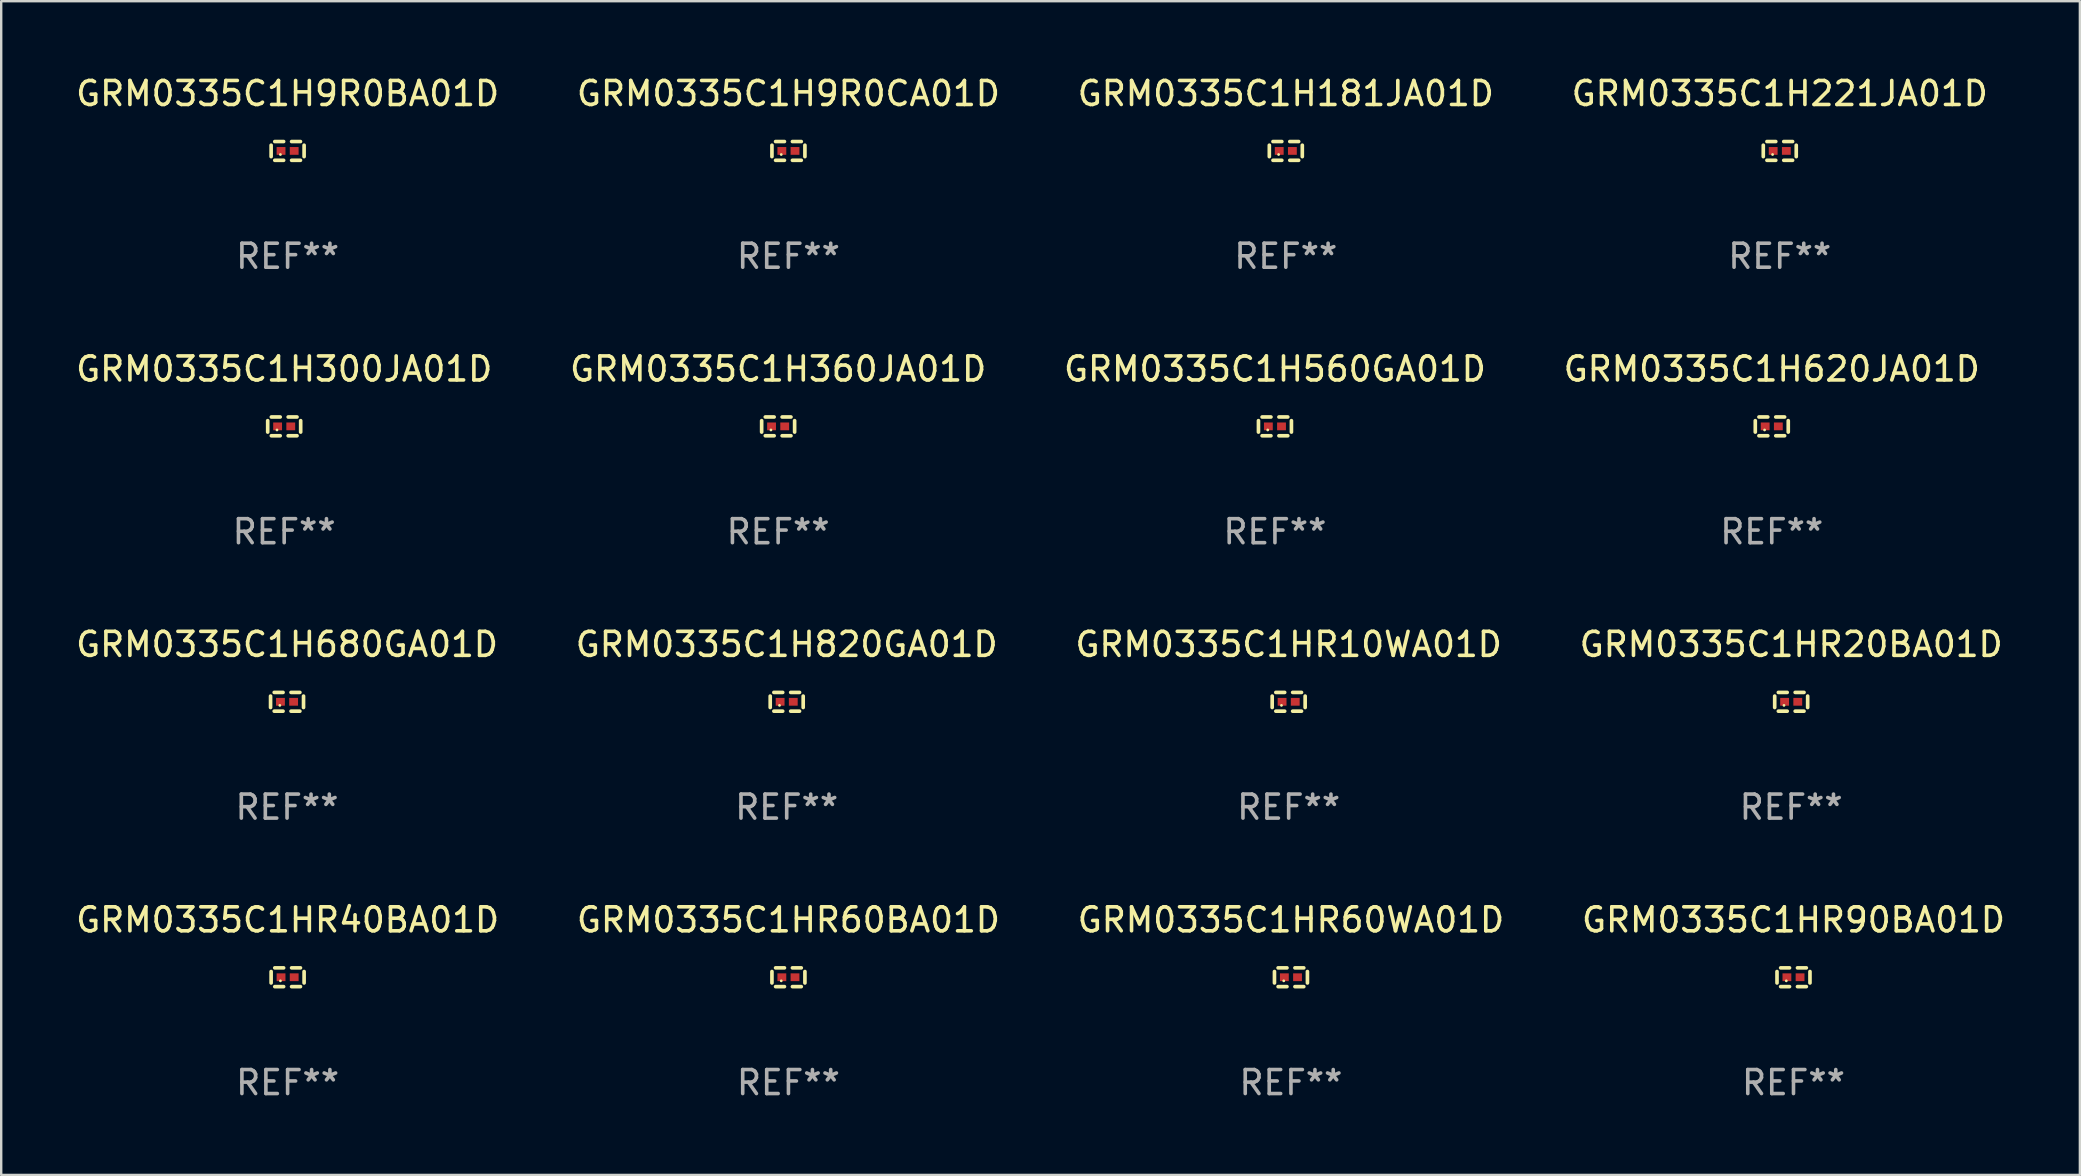
<source format=kicad_pcb>
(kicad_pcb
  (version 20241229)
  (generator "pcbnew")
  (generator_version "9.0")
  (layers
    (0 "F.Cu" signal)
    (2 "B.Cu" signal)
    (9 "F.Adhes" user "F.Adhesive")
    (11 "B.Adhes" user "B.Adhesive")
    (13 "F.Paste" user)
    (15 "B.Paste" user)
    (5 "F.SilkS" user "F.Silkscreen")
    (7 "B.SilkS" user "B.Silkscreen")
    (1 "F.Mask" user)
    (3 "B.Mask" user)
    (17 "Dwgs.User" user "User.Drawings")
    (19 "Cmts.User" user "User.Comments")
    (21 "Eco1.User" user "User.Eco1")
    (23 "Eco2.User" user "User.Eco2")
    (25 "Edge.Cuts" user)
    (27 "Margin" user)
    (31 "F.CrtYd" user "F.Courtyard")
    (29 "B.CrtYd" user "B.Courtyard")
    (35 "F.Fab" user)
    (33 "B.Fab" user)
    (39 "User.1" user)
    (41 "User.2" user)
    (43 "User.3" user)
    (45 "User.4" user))
  (footprint "GRM0335C1HR60BA01D"
    (layer "F.Cu")
    (at 29.804 37.672)
    (property "Reference" "GRM0335C1HR60BA01D" (at 0 -2.391 0) (layer "F.SilkS") (effects (font (size 1 1) (thickness 0.15))))
    (attr through_hole)
    (fp_line (start -0.687 0.238) (end -0.687 -0.238) (stroke (width 0.152) (type solid)) (layer "F.SilkS"))
    (fp_line (start -0.535 -0.391) (end -0.166 -0.391) (stroke (width 0.152) (type solid)) (layer "F.SilkS"))
    (fp_line (start -0.166 0.391) (end -0.535 0.391) (stroke (width 0.152) (type solid)) (layer "F.SilkS"))
    (fp_line (start 0.166 0.391) (end 0.535 0.391) (stroke (width 0.152) (type solid)) (layer "F.SilkS"))
    (fp_line (start 0.535 -0.391) (end 0.166 -0.391) (stroke (width 0.152) (type solid)) (layer "F.SilkS"))
    (fp_line (start 0.687 0.238) (end 0.687 -0.238) (stroke (width 0.152) (type solid)) (layer "F.SilkS"))
    (fp_circle (center -0.3 0.15) (end -0.27 0.15) (stroke (width 0.06) (type solid)) (fill no) (layer "F.SilkS"))
    (fp_text user "REF**" (at 0 4.391 0) (layer "F.Fab") (effects (font (size 1 1) (thickness 0.15))))
    (pad "1" smd rect (at -0.274 0) (size 0.368 0.324) (layers "F.Cu" "F.Mask" "F.Paste"))
    (pad "2" smd rect (at 0.274 0) (size 0.368 0.324) (layers "F.Cu" "F.Mask" "F.Paste")))
  (footprint "GRM0335C1H300JA01D"
    (layer "F.Cu")
    (at 8.792 14.717)
    (property "Reference" "GRM0335C1H300JA01D" (at 0 -2.391 0) (layer "F.SilkS") (effects (font (size 1 1) (thickness 0.15))))
    (attr through_hole)
    (fp_line (start -0.687 0.238) (end -0.687 -0.238) (stroke (width 0.152) (type solid)) (layer "F.SilkS"))
    (fp_line (start -0.535 -0.391) (end -0.166 -0.391) (stroke (width 0.152) (type solid)) (layer "F.SilkS"))
    (fp_line (start -0.166 0.391) (end -0.535 0.391) (stroke (width 0.152) (type solid)) (layer "F.SilkS"))
    (fp_line (start 0.166 0.391) (end 0.535 0.391) (stroke (width 0.152) (type solid)) (layer "F.SilkS"))
    (fp_line (start 0.535 -0.391) (end 0.166 -0.391) (stroke (width 0.152) (type solid)) (layer "F.SilkS"))
    (fp_line (start 0.687 0.238) (end 0.687 -0.238) (stroke (width 0.152) (type solid)) (layer "F.SilkS"))
    (fp_circle (center -0.3 0.15) (end -0.27 0.15) (stroke (width 0.06) (type solid)) (fill no) (layer "F.SilkS"))
    (fp_text user "REF**" (at 0 4.391 0) (layer "F.Fab") (effects (font (size 1 1) (thickness 0.15))))
    (pad "1" smd rect (at -0.274 0) (size 0.368 0.324) (layers "F.Cu" "F.Mask" "F.Paste"))
    (pad "2" smd rect (at 0.274 0) (size 0.368 0.324) (layers "F.Cu" "F.Mask" "F.Paste")))
  (footprint "GRM0335C1HR90BA01D"
    (layer "F.Cu")
    (at 71.685 37.672)
    (property "Reference" "GRM0335C1HR90BA01D" (at 0 -2.391 0) (layer "F.SilkS") (effects (font (size 1 1) (thickness 0.15))))
    (attr through_hole)
    (fp_line (start -0.687 0.238) (end -0.687 -0.238) (stroke (width 0.152) (type solid)) (layer "F.SilkS"))
    (fp_line (start -0.535 -0.391) (end -0.166 -0.391) (stroke (width 0.152) (type solid)) (layer "F.SilkS"))
    (fp_line (start -0.166 0.391) (end -0.535 0.391) (stroke (width 0.152) (type solid)) (layer "F.SilkS"))
    (fp_line (start 0.166 0.391) (end 0.535 0.391) (stroke (width 0.152) (type solid)) (layer "F.SilkS"))
    (fp_line (start 0.535 -0.391) (end 0.166 -0.391) (stroke (width 0.152) (type solid)) (layer "F.SilkS"))
    (fp_line (start 0.687 0.238) (end 0.687 -0.238) (stroke (width 0.152) (type solid)) (layer "F.SilkS"))
    (fp_circle (center -0.3 0.15) (end -0.27 0.15) (stroke (width 0.06) (type solid)) (fill no) (layer "F.SilkS"))
    (fp_text user "REF**" (at 0 4.391 0) (layer "F.Fab") (effects (font (size 1 1) (thickness 0.15))))
    (pad "1" smd rect (at -0.274 0) (size 0.368 0.324) (layers "F.Cu" "F.Mask" "F.Paste"))
    (pad "2" smd rect (at 0.274 0) (size 0.368 0.324) (layers "F.Cu" "F.Mask" "F.Paste")))
  (footprint "GRM0335C1H620JA01D"
    (layer "F.Cu")
    (at 70.78 14.717)
    (property "Reference" "GRM0335C1H620JA01D" (at 0 -2.391 0) (layer "F.SilkS") (effects (font (size 1 1) (thickness 0.15))))
    (attr through_hole)
    (fp_line (start -0.687 0.238) (end -0.687 -0.238) (stroke (width 0.152) (type solid)) (layer "F.SilkS"))
    (fp_line (start -0.535 -0.391) (end -0.166 -0.391) (stroke (width 0.152) (type solid)) (layer "F.SilkS"))
    (fp_line (start -0.166 0.391) (end -0.535 0.391) (stroke (width 0.152) (type solid)) (layer "F.SilkS"))
    (fp_line (start 0.166 0.391) (end 0.535 0.391) (stroke (width 0.152) (type solid)) (layer "F.SilkS"))
    (fp_line (start 0.535 -0.391) (end 0.166 -0.391) (stroke (width 0.152) (type solid)) (layer "F.SilkS"))
    (fp_line (start 0.687 0.238) (end 0.687 -0.238) (stroke (width 0.152) (type solid)) (layer "F.SilkS"))
    (fp_circle (center -0.3 0.15) (end -0.27 0.15) (stroke (width 0.06) (type solid)) (fill no) (layer "F.SilkS"))
    (fp_text user "REF**" (at 0 4.391 0) (layer "F.Fab") (effects (font (size 1 1) (thickness 0.15))))
    (pad "1" smd rect (at -0.274 0) (size 0.368 0.324) (layers "F.Cu" "F.Mask" "F.Paste"))
    (pad "2" smd rect (at 0.274 0) (size 0.368 0.324) (layers "F.Cu" "F.Mask" "F.Paste")))
  (footprint "GRM0335C1H820GA01D"
    (layer "F.Cu")
    (at 29.732 26.194)
    (property "Reference" "GRM0335C1H820GA01D" (at 0 -2.391 0) (layer "F.SilkS") (effects (font (size 1 1) (thickness 0.15))))
    (attr through_hole)
    (fp_line (start -0.687 0.238) (end -0.687 -0.238) (stroke (width 0.152) (type solid)) (layer "F.SilkS"))
    (fp_line (start -0.535 -0.391) (end -0.166 -0.391) (stroke (width 0.152) (type solid)) (layer "F.SilkS"))
    (fp_line (start -0.166 0.391) (end -0.535 0.391) (stroke (width 0.152) (type solid)) (layer "F.SilkS"))
    (fp_line (start 0.166 0.391) (end 0.535 0.391) (stroke (width 0.152) (type solid)) (layer "F.SilkS"))
    (fp_line (start 0.535 -0.391) (end 0.166 -0.391) (stroke (width 0.152) (type solid)) (layer "F.SilkS"))
    (fp_line (start 0.687 0.238) (end 0.687 -0.238) (stroke (width 0.152) (type solid)) (layer "F.SilkS"))
    (fp_circle (center -0.3 0.15) (end -0.27 0.15) (stroke (width 0.06) (type solid)) (fill no) (layer "F.SilkS"))
    (fp_text user "REF**" (at 0 4.391 0) (layer "F.Fab") (effects (font (size 1 1) (thickness 0.15))))
    (pad "1" smd rect (at -0.274 0) (size 0.368 0.324) (layers "F.Cu" "F.Mask" "F.Paste"))
    (pad "2" smd rect (at 0.274 0) (size 0.368 0.324) (layers "F.Cu" "F.Mask" "F.Paste")))
  (footprint "GRM0335C1HR20BA01D"
    (layer "F.Cu")
    (at 71.589 26.194)
    (property "Reference" "GRM0335C1HR20BA01D" (at 0 -2.391 0) (layer "F.SilkS") (effects (font (size 1 1) (thickness 0.15))))
    (attr through_hole)
    (fp_line (start -0.687 0.238) (end -0.687 -0.238) (stroke (width 0.152) (type solid)) (layer "F.SilkS"))
    (fp_line (start -0.535 -0.391) (end -0.166 -0.391) (stroke (width 0.152) (type solid)) (layer "F.SilkS"))
    (fp_line (start -0.166 0.391) (end -0.535 0.391) (stroke (width 0.152) (type solid)) (layer "F.SilkS"))
    (fp_line (start 0.166 0.391) (end 0.535 0.391) (stroke (width 0.152) (type solid)) (layer "F.SilkS"))
    (fp_line (start 0.535 -0.391) (end 0.166 -0.391) (stroke (width 0.152) (type solid)) (layer "F.SilkS"))
    (fp_line (start 0.687 0.238) (end 0.687 -0.238) (stroke (width 0.152) (type solid)) (layer "F.SilkS"))
    (fp_circle (center -0.3 0.15) (end -0.27 0.15) (stroke (width 0.06) (type solid)) (fill no) (layer "F.SilkS"))
    (fp_text user "REF**" (at 0 4.391 0) (layer "F.Fab") (effects (font (size 1 1) (thickness 0.15))))
    (pad "1" smd rect (at -0.274 0) (size 0.368 0.324) (layers "F.Cu" "F.Mask" "F.Paste"))
    (pad "2" smd rect (at 0.274 0) (size 0.368 0.324) (layers "F.Cu" "F.Mask" "F.Paste")))
  (footprint "GRM0335C1H9R0BA01D"
    (layer "F.Cu")
    (at 8.935 3.239)
    (property "Reference" "GRM0335C1H9R0BA01D" (at 0 -2.391 0) (layer "F.SilkS") (effects (font (size 1 1) (thickness 0.15))))
    (attr through_hole)
    (fp_line (start -0.687 0.238) (end -0.687 -0.238) (stroke (width 0.152) (type solid)) (layer "F.SilkS"))
    (fp_line (start -0.535 -0.391) (end -0.166 -0.391) (stroke (width 0.152) (type solid)) (layer "F.SilkS"))
    (fp_line (start -0.166 0.391) (end -0.535 0.391) (stroke (width 0.152) (type solid)) (layer "F.SilkS"))
    (fp_line (start 0.166 0.391) (end 0.535 0.391) (stroke (width 0.152) (type solid)) (layer "F.SilkS"))
    (fp_line (start 0.535 -0.391) (end 0.166 -0.391) (stroke (width 0.152) (type solid)) (layer "F.SilkS"))
    (fp_line (start 0.687 0.238) (end 0.687 -0.238) (stroke (width 0.152) (type solid)) (layer "F.SilkS"))
    (fp_circle (center -0.3 0.15) (end -0.27 0.15) (stroke (width 0.06) (type solid)) (fill no) (layer "F.SilkS"))
    (fp_text user "REF**" (at 0 4.391 0) (layer "F.Fab") (effects (font (size 1 1) (thickness 0.15))))
    (pad "1" smd rect (at -0.274 0) (size 0.368 0.324) (layers "F.Cu" "F.Mask" "F.Paste"))
    (pad "2" smd rect (at 0.274 0) (size 0.368 0.324) (layers "F.Cu" "F.Mask" "F.Paste")))
  (footprint "GRM0335C1H560GA01D"
    (layer "F.Cu")
    (at 50.077 14.717)
    (property "Reference" "GRM0335C1H560GA01D" (at 0 -2.391 0) (layer "F.SilkS") (effects (font (size 1 1) (thickness 0.15))))
    (attr through_hole)
    (fp_line (start -0.687 0.238) (end -0.687 -0.238) (stroke (width 0.152) (type solid)) (layer "F.SilkS"))
    (fp_line (start -0.535 -0.391) (end -0.166 -0.391) (stroke (width 0.152) (type solid)) (layer "F.SilkS"))
    (fp_line (start -0.166 0.391) (end -0.535 0.391) (stroke (width 0.152) (type solid)) (layer "F.SilkS"))
    (fp_line (start 0.166 0.391) (end 0.535 0.391) (stroke (width 0.152) (type solid)) (layer "F.SilkS"))
    (fp_line (start 0.535 -0.391) (end 0.166 -0.391) (stroke (width 0.152) (type solid)) (layer "F.SilkS"))
    (fp_line (start 0.687 0.238) (end 0.687 -0.238) (stroke (width 0.152) (type solid)) (layer "F.SilkS"))
    (fp_circle (center -0.3 0.15) (end -0.27 0.15) (stroke (width 0.06) (type solid)) (fill no) (layer "F.SilkS"))
    (fp_text user "REF**" (at 0 4.391 0) (layer "F.Fab") (effects (font (size 1 1) (thickness 0.15))))
    (pad "1" smd rect (at -0.274 0) (size 0.368 0.324) (layers "F.Cu" "F.Mask" "F.Paste"))
    (pad "2" smd rect (at 0.274 0) (size 0.368 0.324) (layers "F.Cu" "F.Mask" "F.Paste")))
  (footprint "GRM0335C1H360JA01D"
    (layer "F.Cu")
    (at 29.375 14.717)
    (property "Reference" "GRM0335C1H360JA01D" (at 0 -2.391 0) (layer "F.SilkS") (effects (font (size 1 1) (thickness 0.15))))
    (attr through_hole)
    (fp_line (start -0.687 0.238) (end -0.687 -0.238) (stroke (width 0.152) (type solid)) (layer "F.SilkS"))
    (fp_line (start -0.535 -0.391) (end -0.166 -0.391) (stroke (width 0.152) (type solid)) (layer "F.SilkS"))
    (fp_line (start -0.166 0.391) (end -0.535 0.391) (stroke (width 0.152) (type solid)) (layer "F.SilkS"))
    (fp_line (start 0.166 0.391) (end 0.535 0.391) (stroke (width 0.152) (type solid)) (layer "F.SilkS"))
    (fp_line (start 0.535 -0.391) (end 0.166 -0.391) (stroke (width 0.152) (type solid)) (layer "F.SilkS"))
    (fp_line (start 0.687 0.238) (end 0.687 -0.238) (stroke (width 0.152) (type solid)) (layer "F.SilkS"))
    (fp_circle (center -0.3 0.15) (end -0.27 0.15) (stroke (width 0.06) (type solid)) (fill no) (layer "F.SilkS"))
    (fp_text user "REF**" (at 0 4.391 0) (layer "F.Fab") (effects (font (size 1 1) (thickness 0.15))))
    (pad "1" smd rect (at -0.274 0) (size 0.368 0.324) (layers "F.Cu" "F.Mask" "F.Paste"))
    (pad "2" smd rect (at 0.274 0) (size 0.368 0.324) (layers "F.Cu" "F.Mask" "F.Paste")))
  (footprint "GRM0335C1HR60WA01D"
    (layer "F.Cu")
    (at 50.744 37.672)
    (property "Reference" "GRM0335C1HR60WA01D" (at 0 -2.391 0) (layer "F.SilkS") (effects (font (size 1 1) (thickness 0.15))))
    (attr through_hole)
    (fp_line (start -0.687 0.238) (end -0.687 -0.238) (stroke (width 0.152) (type solid)) (layer "F.SilkS"))
    (fp_line (start -0.535 -0.391) (end -0.166 -0.391) (stroke (width 0.152) (type solid)) (layer "F.SilkS"))
    (fp_line (start -0.166 0.391) (end -0.535 0.391) (stroke (width 0.152) (type solid)) (layer "F.SilkS"))
    (fp_line (start 0.166 0.391) (end 0.535 0.391) (stroke (width 0.152) (type solid)) (layer "F.SilkS"))
    (fp_line (start 0.535 -0.391) (end 0.166 -0.391) (stroke (width 0.152) (type solid)) (layer "F.SilkS"))
    (fp_line (start 0.687 0.238) (end 0.687 -0.238) (stroke (width 0.152) (type solid)) (layer "F.SilkS"))
    (fp_circle (center -0.3 0.15) (end -0.27 0.15) (stroke (width 0.06) (type solid)) (fill no) (layer "F.SilkS"))
    (fp_text user "REF**" (at 0 4.391 0) (layer "F.Fab") (effects (font (size 1 1) (thickness 0.15))))
    (pad "1" smd rect (at -0.274 0) (size 0.368 0.324) (layers "F.Cu" "F.Mask" "F.Paste"))
    (pad "2" smd rect (at 0.274 0) (size 0.368 0.324) (layers "F.Cu" "F.Mask" "F.Paste")))
  (footprint "GRM0335C1HR10WA01D"
    (layer "F.Cu")
    (at 50.649 26.194)
    (property "Reference" "GRM0335C1HR10WA01D" (at 0 -2.391 0) (layer "F.SilkS") (effects (font (size 1 1) (thickness 0.15))))
    (attr through_hole)
    (fp_line (start -0.687 0.238) (end -0.687 -0.238) (stroke (width 0.152) (type solid)) (layer "F.SilkS"))
    (fp_line (start -0.535 -0.391) (end -0.166 -0.391) (stroke (width 0.152) (type solid)) (layer "F.SilkS"))
    (fp_line (start -0.166 0.391) (end -0.535 0.391) (stroke (width 0.152) (type solid)) (layer "F.SilkS"))
    (fp_line (start 0.166 0.391) (end 0.535 0.391) (stroke (width 0.152) (type solid)) (layer "F.SilkS"))
    (fp_line (start 0.535 -0.391) (end 0.166 -0.391) (stroke (width 0.152) (type solid)) (layer "F.SilkS"))
    (fp_line (start 0.687 0.238) (end 0.687 -0.238) (stroke (width 0.152) (type solid)) (layer "F.SilkS"))
    (fp_circle (center -0.3 0.15) (end -0.27 0.15) (stroke (width 0.06) (type solid)) (fill no) (layer "F.SilkS"))
    (fp_text user "REF**" (at 0 4.391 0) (layer "F.Fab") (effects (font (size 1 1) (thickness 0.15))))
    (pad "1" smd rect (at -0.274 0) (size 0.368 0.324) (layers "F.Cu" "F.Mask" "F.Paste"))
    (pad "2" smd rect (at 0.274 0) (size 0.368 0.324) (layers "F.Cu" "F.Mask" "F.Paste")))
  (footprint "GRM0335C1H221JA01D"
    (layer "F.Cu")
    (at 71.113 3.239)
    (property "Reference" "GRM0335C1H221JA01D" (at 0 -2.391 0) (layer "F.SilkS") (effects (font (size 1 1) (thickness 0.15))))
    (attr through_hole)
    (fp_line (start -0.687 0.238) (end -0.687 -0.238) (stroke (width 0.152) (type solid)) (layer "F.SilkS"))
    (fp_line (start -0.535 -0.391) (end -0.166 -0.391) (stroke (width 0.152) (type solid)) (layer "F.SilkS"))
    (fp_line (start -0.166 0.391) (end -0.535 0.391) (stroke (width 0.152) (type solid)) (layer "F.SilkS"))
    (fp_line (start 0.166 0.391) (end 0.535 0.391) (stroke (width 0.152) (type solid)) (layer "F.SilkS"))
    (fp_line (start 0.535 -0.391) (end 0.166 -0.391) (stroke (width 0.152) (type solid)) (layer "F.SilkS"))
    (fp_line (start 0.687 0.238) (end 0.687 -0.238) (stroke (width 0.152) (type solid)) (layer "F.SilkS"))
    (fp_circle (center -0.3 0.15) (end -0.27 0.15) (stroke (width 0.06) (type solid)) (fill no) (layer "F.SilkS"))
    (fp_text user "REF**" (at 0 4.391 0) (layer "F.Fab") (effects (font (size 1 1) (thickness 0.15))))
    (pad "1" smd rect (at -0.274 0) (size 0.368 0.324) (layers "F.Cu" "F.Mask" "F.Paste"))
    (pad "2" smd rect (at 0.274 0) (size 0.368 0.324) (layers "F.Cu" "F.Mask" "F.Paste")))
  (footprint "GRM0335C1H9R0CA01D"
    (layer "F.Cu")
    (at 29.804 3.239)
    (property "Reference" "GRM0335C1H9R0CA01D" (at 0 -2.391 0) (layer "F.SilkS") (effects (font (size 1 1) (thickness 0.15))))
    (attr through_hole)
    (fp_line (start -0.687 0.238) (end -0.687 -0.238) (stroke (width 0.152) (type solid)) (layer "F.SilkS"))
    (fp_line (start -0.535 -0.391) (end -0.166 -0.391) (stroke (width 0.152) (type solid)) (layer "F.SilkS"))
    (fp_line (start -0.166 0.391) (end -0.535 0.391) (stroke (width 0.152) (type solid)) (layer "F.SilkS"))
    (fp_line (start 0.166 0.391) (end 0.535 0.391) (stroke (width 0.152) (type solid)) (layer "F.SilkS"))
    (fp_line (start 0.535 -0.391) (end 0.166 -0.391) (stroke (width 0.152) (type solid)) (layer "F.SilkS"))
    (fp_line (start 0.687 0.238) (end 0.687 -0.238) (stroke (width 0.152) (type solid)) (layer "F.SilkS"))
    (fp_circle (center -0.3 0.15) (end -0.27 0.15) (stroke (width 0.06) (type solid)) (fill no) (layer "F.SilkS"))
    (fp_text user "REF**" (at 0 4.391 0) (layer "F.Fab") (effects (font (size 1 1) (thickness 0.15))))
    (pad "1" smd rect (at -0.274 0) (size 0.368 0.324) (layers "F.Cu" "F.Mask" "F.Paste"))
    (pad "2" smd rect (at 0.274 0) (size 0.368 0.324) (layers "F.Cu" "F.Mask" "F.Paste")))
  (footprint "GRM0335C1HR40BA01D"
    (layer "F.Cu")
    (at 8.935 37.672)
    (property "Reference" "GRM0335C1HR40BA01D" (at 0 -2.391 0) (layer "F.SilkS") (effects (font (size 1 1) (thickness 0.15))))
    (attr through_hole)
    (fp_line (start -0.687 0.238) (end -0.687 -0.238) (stroke (width 0.152) (type solid)) (layer "F.SilkS"))
    (fp_line (start -0.535 -0.391) (end -0.166 -0.391) (stroke (width 0.152) (type solid)) (layer "F.SilkS"))
    (fp_line (start -0.166 0.391) (end -0.535 0.391) (stroke (width 0.152) (type solid)) (layer "F.SilkS"))
    (fp_line (start 0.166 0.391) (end 0.535 0.391) (stroke (width 0.152) (type solid)) (layer "F.SilkS"))
    (fp_line (start 0.535 -0.391) (end 0.166 -0.391) (stroke (width 0.152) (type solid)) (layer "F.SilkS"))
    (fp_line (start 0.687 0.238) (end 0.687 -0.238) (stroke (width 0.152) (type solid)) (layer "F.SilkS"))
    (fp_circle (center -0.3 0.15) (end -0.27 0.15) (stroke (width 0.06) (type solid)) (fill no) (layer "F.SilkS"))
    (fp_text user "REF**" (at 0 4.391 0) (layer "F.Fab") (effects (font (size 1 1) (thickness 0.15))))
    (pad "1" smd rect (at -0.274 0) (size 0.368 0.324) (layers "F.Cu" "F.Mask" "F.Paste"))
    (pad "2" smd rect (at 0.274 0) (size 0.368 0.324) (layers "F.Cu" "F.Mask" "F.Paste")))
  (footprint "GRM0335C1H680GA01D"
    (layer "F.Cu")
    (at 8.911 26.194)
    (property "Reference" "GRM0335C1H680GA01D" (at 0 -2.391 0) (layer "F.SilkS") (effects (font (size 1 1) (thickness 0.15))))
    (attr through_hole)
    (fp_line (start -0.687 0.238) (end -0.687 -0.238) (stroke (width 0.152) (type solid)) (layer "F.SilkS"))
    (fp_line (start -0.535 -0.391) (end -0.166 -0.391) (stroke (width 0.152) (type solid)) (layer "F.SilkS"))
    (fp_line (start -0.166 0.391) (end -0.535 0.391) (stroke (width 0.152) (type solid)) (layer "F.SilkS"))
    (fp_line (start 0.166 0.391) (end 0.535 0.391) (stroke (width 0.152) (type solid)) (layer "F.SilkS"))
    (fp_line (start 0.535 -0.391) (end 0.166 -0.391) (stroke (width 0.152) (type solid)) (layer "F.SilkS"))
    (fp_line (start 0.687 0.238) (end 0.687 -0.238) (stroke (width 0.152) (type solid)) (layer "F.SilkS"))
    (fp_circle (center -0.3 0.15) (end -0.27 0.15) (stroke (width 0.06) (type solid)) (fill no) (layer "F.SilkS"))
    (fp_text user "REF**" (at 0 4.391 0) (layer "F.Fab") (effects (font (size 1 1) (thickness 0.15))))
    (pad "1" smd rect (at -0.274 0) (size 0.368 0.324) (layers "F.Cu" "F.Mask" "F.Paste"))
    (pad "2" smd rect (at 0.274 0) (size 0.368 0.324) (layers "F.Cu" "F.Mask" "F.Paste")))
  (footprint "GRM0335C1H181JA01D"
    (layer "F.Cu")
    (at 50.53 3.239)
    (property "Reference" "GRM0335C1H181JA01D" (at 0 -2.391 0) (layer "F.SilkS") (effects (font (size 1 1) (thickness 0.15))))
    (attr through_hole)
    (fp_line (start -0.687 0.238) (end -0.687 -0.238) (stroke (width 0.152) (type solid)) (layer "F.SilkS"))
    (fp_line (start -0.535 -0.391) (end -0.166 -0.391) (stroke (width 0.152) (type solid)) (layer "F.SilkS"))
    (fp_line (start -0.166 0.391) (end -0.535 0.391) (stroke (width 0.152) (type solid)) (layer "F.SilkS"))
    (fp_line (start 0.166 0.391) (end 0.535 0.391) (stroke (width 0.152) (type solid)) (layer "F.SilkS"))
    (fp_line (start 0.535 -0.391) (end 0.166 -0.391) (stroke (width 0.152) (type solid)) (layer "F.SilkS"))
    (fp_line (start 0.687 0.238) (end 0.687 -0.238) (stroke (width 0.152) (type solid)) (layer "F.SilkS"))
    (fp_circle (center -0.3 0.15) (end -0.27 0.15) (stroke (width 0.06) (type solid)) (fill no) (layer "F.SilkS"))
    (fp_text user "REF**" (at 0 4.391 0) (layer "F.Fab") (effects (font (size 1 1) (thickness 0.15))))
    (pad "1" smd rect (at -0.274 0) (size 0.368 0.324) (layers "F.Cu" "F.Mask" "F.Paste"))
    (pad "2" smd rect (at 0.274 0) (size 0.368 0.324) (layers "F.Cu" "F.Mask" "F.Paste")))
  (gr_rect
    (start -3 -3)
    (end 83.619 45.911)
    (stroke (width 0.1) (type default))
    (fill no)
    (layer "Edge.Cuts")))
</source>
